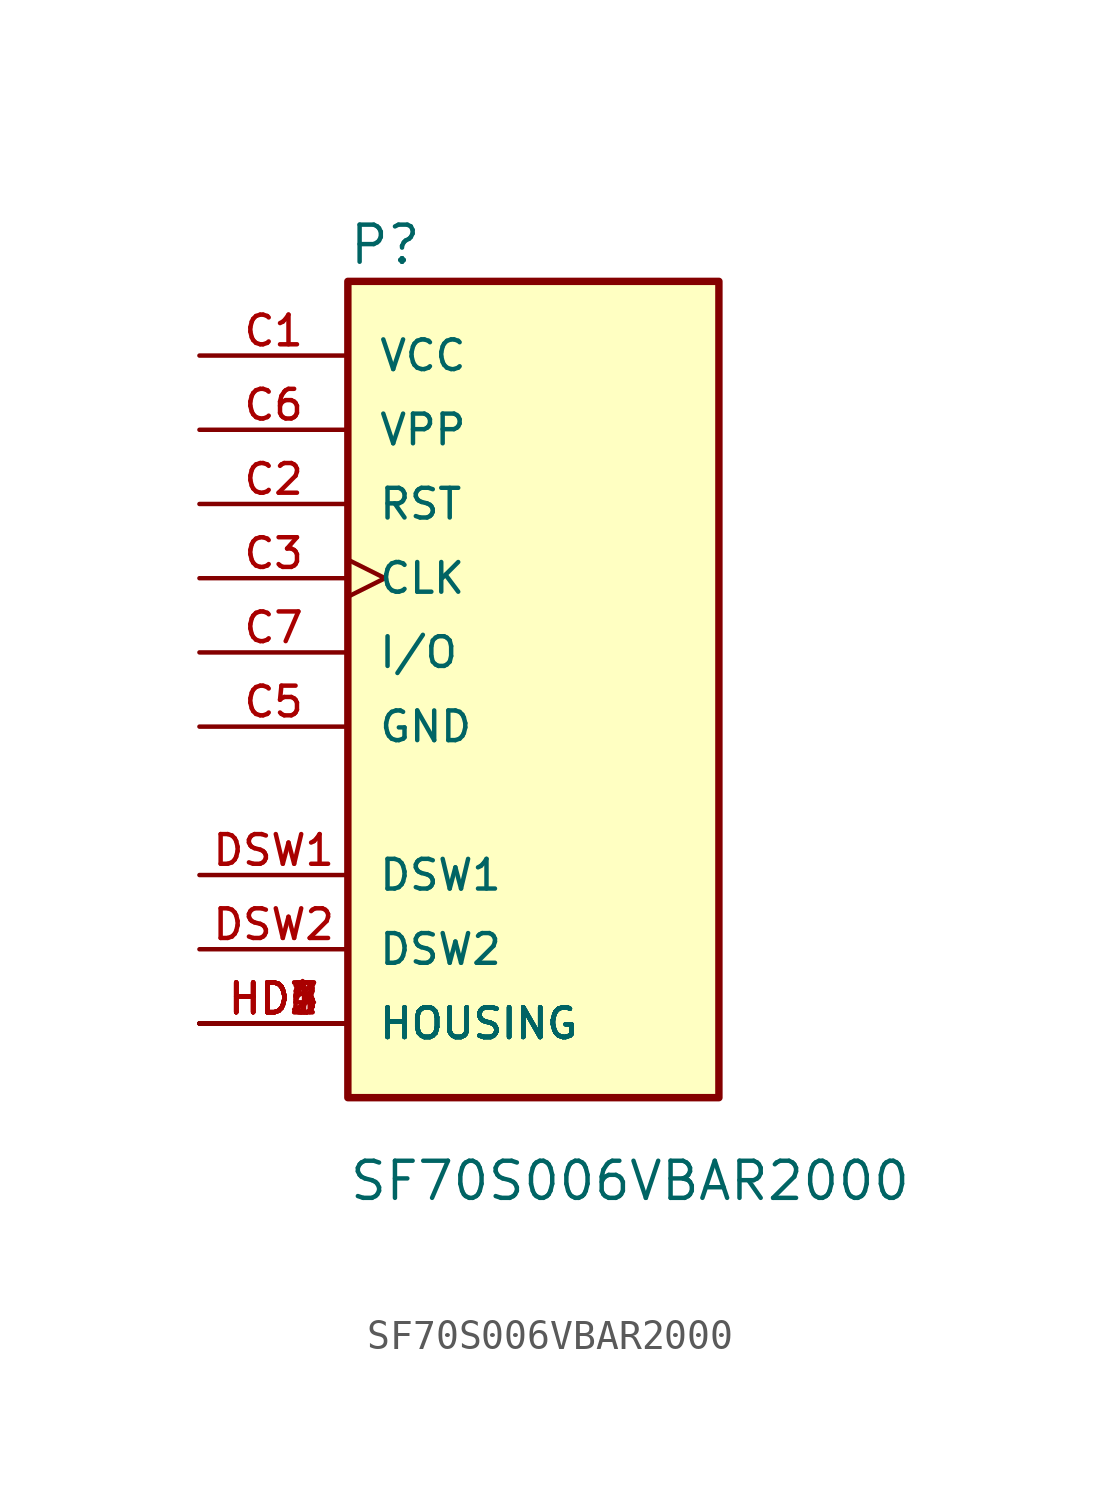
<source format=kicad_sym>
(kicad_symbol_lib
  (version 20211014)
  (generator kicad_symbol_editor)
  (symbol "SF70S006VBAR2000"
    (pin_names
      (offset 1.016))
    (property "Reference" "P"
      (at 0.0 13.208 0)
      (effects (font (size 1.27 1.27)) (justify bottom left)))
    (property "Value" "SF70S006VBAR2000"
      (at 0.0 -18.832 0)
      (effects (font (size 1.27 1.27)) (justify bottom left)))
    (symbol "SF70S006VBAR2000_0_0"
      (rectangle (start -8.881784197e-16 -15.24) (end 12.7 12.7) (stroke (width 0.254)) (fill (type background)))
      (pin power_in line (at -5.08 10.16 0) (length 5.08) (name "VCC" (effects (font (size 1.016 1.016)))) (number "C1" (effects (font (size 1.016 1.016)))))
      (pin bidirectional line (at -5.08 5.08 0) (length 5.08) (name "RST" (effects (font (size 1.016 1.016)))) (number "C2" (effects (font (size 1.016 1.016)))))
      (pin bidirectional clock (at -5.08 2.54 0) (length 5.08) (name "CLK" (effects (font (size 1.016 1.016)))) (number "C3" (effects (font (size 1.016 1.016)))))
      (pin bidirectional line (at -5.08 0.0 0) (length 5.08) (name "I/O" (effects (font (size 1.016 1.016)))) (number "C7" (effects (font (size 1.016 1.016)))))
      (pin power_in line (at -5.08 7.62 0) (length 5.08) (name "VPP" (effects (font (size 1.016 1.016)))) (number "C6" (effects (font (size 1.016 1.016)))))
      (pin power_in line (at -5.08 -2.54 0) (length 5.08) (name "GND" (effects (font (size 1.016 1.016)))) (number "C5" (effects (font (size 1.016 1.016)))))
      (pin passive line (at -5.08 -12.7 0) (length 5.08) (name "HOUSING" (effects (font (size 1.016 1.016)))) (number "HD1" (effects (font (size 1.016 1.016)))))
      (pin passive line (at -5.08 -12.7 0) (length 5.08) (name "HOUSING" (effects (font (size 1.016 1.016)))) (number "HD2" (effects (font (size 1.016 1.016)))))
      (pin passive line (at -5.08 -12.7 0) (length 5.08) (name "HOUSING" (effects (font (size 1.016 1.016)))) (number "HD3" (effects (font (size 1.016 1.016)))))
      (pin passive line (at -5.08 -12.7 0) (length 5.08) (name "HOUSING" (effects (font (size 1.016 1.016)))) (number "HD4" (effects (font (size 1.016 1.016)))))
      (pin passive line (at -5.08 -12.7 0) (length 5.08) (name "HOUSING" (effects (font (size 1.016 1.016)))) (number "HD5" (effects (font (size 1.016 1.016)))))
      (pin passive line (at -5.08 -12.7 0) (length 5.08) (name "HOUSING" (effects (font (size 1.016 1.016)))) (number "HD6" (effects (font (size 1.016 1.016)))))
      (pin passive line (at -5.08 -12.7 0) (length 5.08) (name "HOUSING" (effects (font (size 1.016 1.016)))) (number "HD7" (effects (font (size 1.016 1.016)))))
      (pin input line (at -5.08 -7.62 0) (length 5.08) (name "DSW1" (effects (font (size 1.016 1.016)))) (number "DSW1" (effects (font (size 1.016 1.016)))))
      (pin input line (at -5.08 -10.16 0) (length 5.08) (name "DSW2" (effects (font (size 1.016 1.016)))) (number "DSW2" (effects (font (size 1.016 1.016))))))))
</source>
